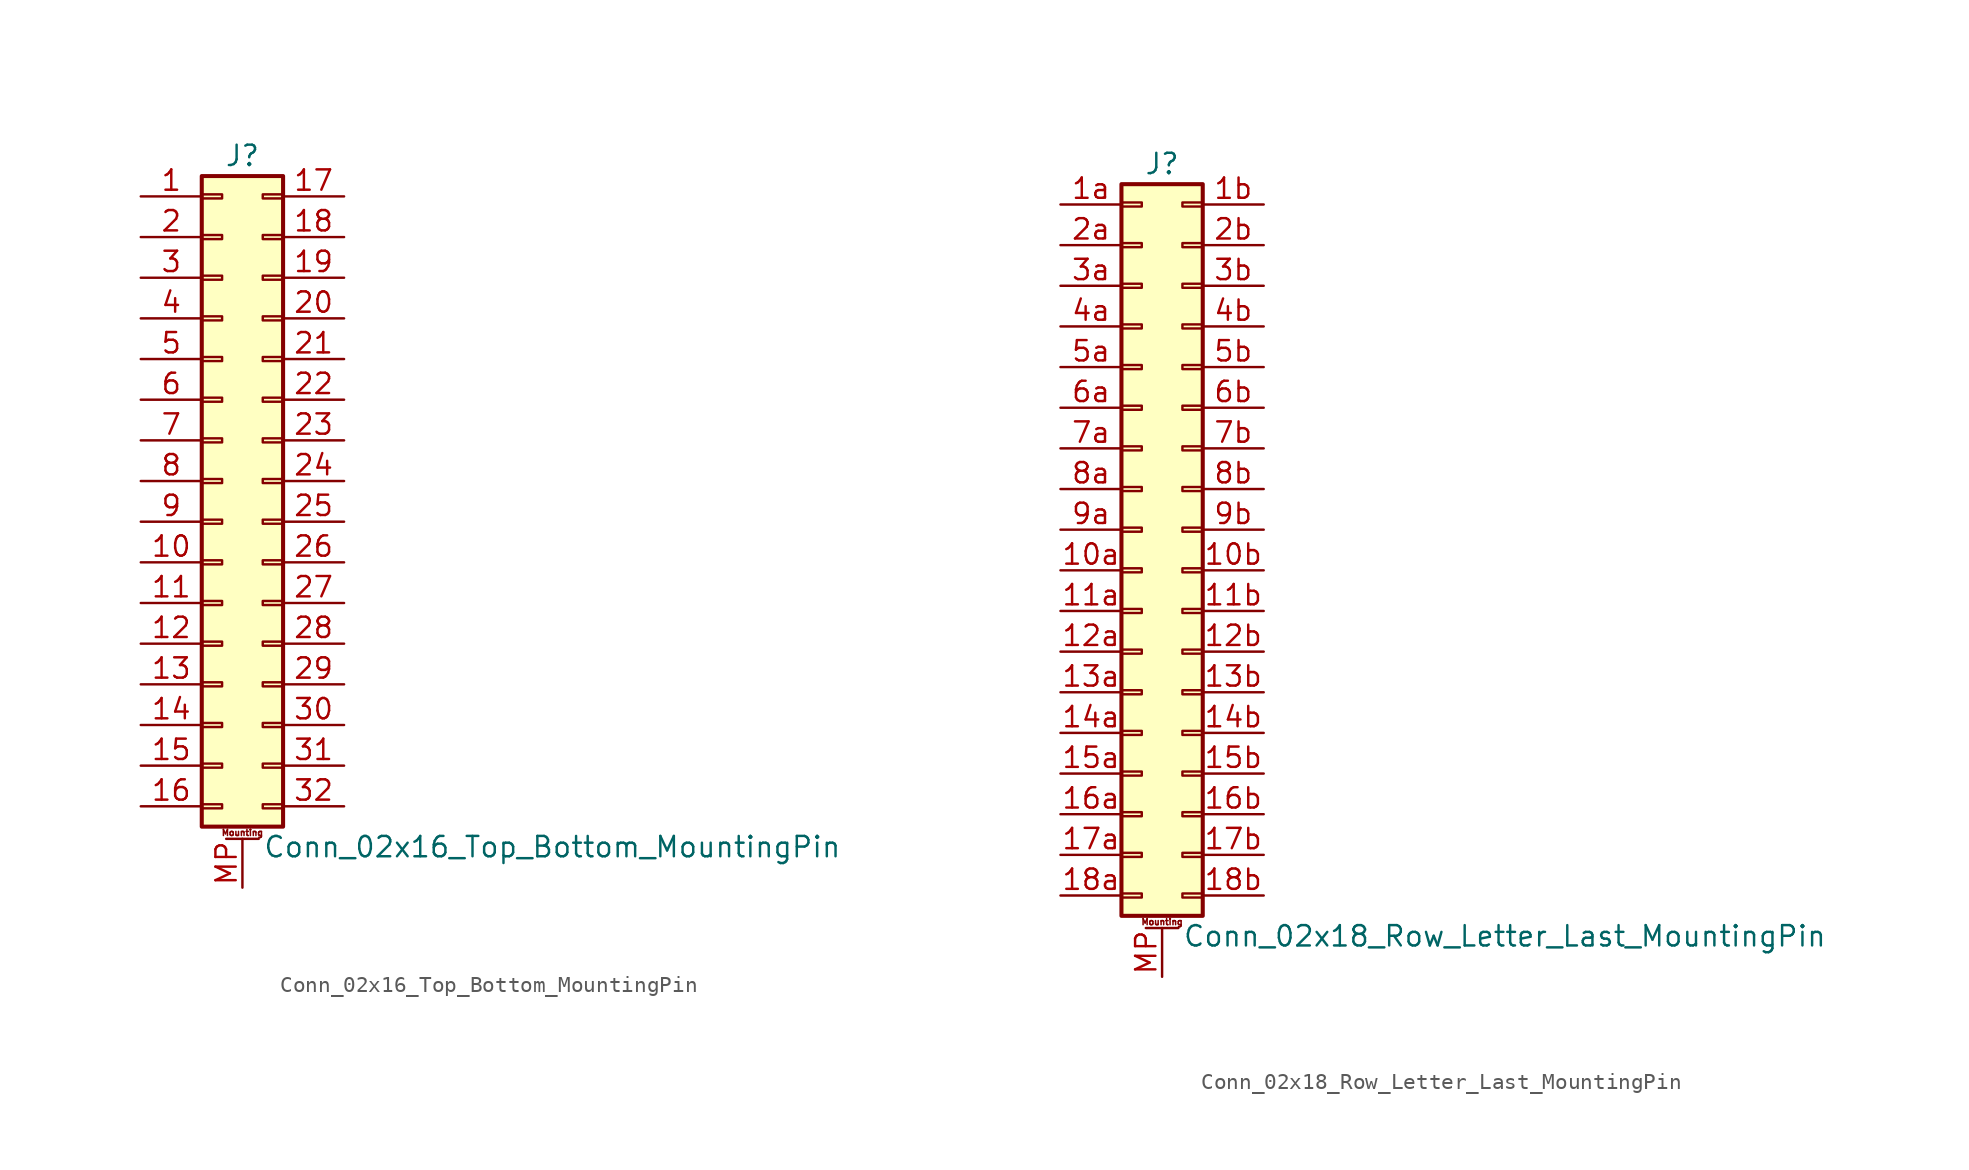
<source format=kicad_sym>
(kicad_symbol_lib
  (version 20201005)
  (generator kicad_symbol_editor)
  (symbol "Conn_02x16_Top_Bottom_MountingPin"
    (pin_names
      (offset 1.016) hide)
    (property "Reference" "J"
      (at 1.27 20.32 0)
      (effects (font (size 1.27 1.27))))
    (property "Value" "Conn_02x16_Top_Bottom_MountingPin"
      (at 2.54 -22.86 0)
      (effects (font (size 1.27 1.27)) (justify left)))
    (symbol "Conn_02x16_Top_Bottom_MountingPin_1_1"
      (text "Mounting" (at 1.27 -21.971 0) (effects (font (size 0.381 0.381))))
      (rectangle (start -1.27 -20.193) (end 0 -20.447) (stroke (width 0.152)) (fill (type none)))
      (rectangle (start -1.27 -17.653) (end 0 -17.907) (stroke (width 0.152)) (fill (type none)))
      (rectangle (start -1.27 -15.113) (end 0 -15.367) (stroke (width 0.152)) (fill (type none)))
      (rectangle (start -1.27 -12.573) (end 0 -12.827) (stroke (width 0.152)) (fill (type none)))
      (rectangle (start -1.27 -10.033) (end 0 -10.287) (stroke (width 0.152)) (fill (type none)))
      (rectangle (start -1.27 -7.493) (end 0 -7.747) (stroke (width 0.152)) (fill (type none)))
      (rectangle (start -1.27 -4.953) (end 0 -5.207) (stroke (width 0.152)) (fill (type none)))
      (rectangle (start -1.27 -2.413) (end 0 -2.667) (stroke (width 0.152)) (fill (type none)))
      (rectangle (start -1.27 0.127) (end 0 -0.127) (stroke (width 0.152)) (fill (type none)))
      (rectangle (start -1.27 2.667) (end 0 2.413) (stroke (width 0.152)) (fill (type none)))
      (rectangle (start -1.27 5.207) (end 0 4.953) (stroke (width 0.152)) (fill (type none)))
      (rectangle (start -1.27 7.747) (end 0 7.493) (stroke (width 0.152)) (fill (type none)))
      (rectangle (start -1.27 10.287) (end 0 10.033) (stroke (width 0.152)) (fill (type none)))
      (rectangle (start -1.27 12.827) (end 0 12.573) (stroke (width 0.152)) (fill (type none)))
      (rectangle (start -1.27 15.367) (end 0 15.113) (stroke (width 0.152)) (fill (type none)))
      (rectangle (start -1.27 17.907) (end 0 17.653) (stroke (width 0.152)) (fill (type none)))
      (rectangle (start 3.81 -20.193) (end 2.54 -20.447) (stroke (width 0.152)) (fill (type none)))
      (rectangle (start 3.81 -17.653) (end 2.54 -17.907) (stroke (width 0.152)) (fill (type none)))
      (rectangle (start 3.81 -15.113) (end 2.54 -15.367) (stroke (width 0.152)) (fill (type none)))
      (rectangle (start 3.81 -12.573) (end 2.54 -12.827) (stroke (width 0.152)) (fill (type none)))
      (rectangle (start 3.81 -10.033) (end 2.54 -10.287) (stroke (width 0.152)) (fill (type none)))
      (rectangle (start 3.81 -7.493) (end 2.54 -7.747) (stroke (width 0.152)) (fill (type none)))
      (rectangle (start 3.81 -4.953) (end 2.54 -5.207) (stroke (width 0.152)) (fill (type none)))
      (rectangle (start 3.81 -2.413) (end 2.54 -2.667) (stroke (width 0.152)) (fill (type none)))
      (rectangle (start 3.81 0.127) (end 2.54 -0.127) (stroke (width 0.152)) (fill (type none)))
      (rectangle (start 3.81 2.667) (end 2.54 2.413) (stroke (width 0.152)) (fill (type none)))
      (rectangle (start 3.81 5.207) (end 2.54 4.953) (stroke (width 0.152)) (fill (type none)))
      (rectangle (start 3.81 7.747) (end 2.54 7.493) (stroke (width 0.152)) (fill (type none)))
      (rectangle (start 3.81 10.287) (end 2.54 10.033) (stroke (width 0.152)) (fill (type none)))
      (rectangle (start 3.81 12.827) (end 2.54 12.573) (stroke (width 0.152)) (fill (type none)))
      (rectangle (start 3.81 15.367) (end 2.54 15.113) (stroke (width 0.152)) (fill (type none)))
      (rectangle (start 3.81 17.907) (end 2.54 17.653) (stroke (width 0.152)) (fill (type none)))
      (rectangle (start -1.27 19.05) (end 3.81 -21.59) (stroke (width 0.254)) (fill (type background)))
      (polyline (pts (xy 0.254 -22.352) (xy 2.286 -22.352)) (stroke (width 0.152)) (fill (type none)))
      (pin passive line (at -5.08 17.78 0) (length 3.81) (name "Pin_1" (effects (font (size 1.27 1.27)))) (number "1" (effects (font (size 1.27 1.27)))))
      (pin passive line (at -5.08 -5.08 0) (length 3.81) (name "Pin_10" (effects (font (size 1.27 1.27)))) (number "10" (effects (font (size 1.27 1.27)))))
      (pin passive line (at -5.08 -7.62 0) (length 3.81) (name "Pin_11" (effects (font (size 1.27 1.27)))) (number "11" (effects (font (size 1.27 1.27)))))
      (pin passive line (at -5.08 -10.16 0) (length 3.81) (name "Pin_12" (effects (font (size 1.27 1.27)))) (number "12" (effects (font (size 1.27 1.27)))))
      (pin passive line (at -5.08 -12.7 0) (length 3.81) (name "Pin_13" (effects (font (size 1.27 1.27)))) (number "13" (effects (font (size 1.27 1.27)))))
      (pin passive line (at -5.08 -15.24 0) (length 3.81) (name "Pin_14" (effects (font (size 1.27 1.27)))) (number "14" (effects (font (size 1.27 1.27)))))
      (pin passive line (at -5.08 -17.78 0) (length 3.81) (name "Pin_15" (effects (font (size 1.27 1.27)))) (number "15" (effects (font (size 1.27 1.27)))))
      (pin passive line (at -5.08 -20.32 0) (length 3.81) (name "Pin_16" (effects (font (size 1.27 1.27)))) (number "16" (effects (font (size 1.27 1.27)))))
      (pin passive line (at 7.62 17.78 180) (length 3.81) (name "Pin_17" (effects (font (size 1.27 1.27)))) (number "17" (effects (font (size 1.27 1.27)))))
      (pin passive line (at 7.62 15.24 180) (length 3.81) (name "Pin_18" (effects (font (size 1.27 1.27)))) (number "18" (effects (font (size 1.27 1.27)))))
      (pin passive line (at 7.62 12.7 180) (length 3.81) (name "Pin_19" (effects (font (size 1.27 1.27)))) (number "19" (effects (font (size 1.27 1.27)))))
      (pin passive line (at -5.08 15.24 0) (length 3.81) (name "Pin_2" (effects (font (size 1.27 1.27)))) (number "2" (effects (font (size 1.27 1.27)))))
      (pin passive line (at 7.62 10.16 180) (length 3.81) (name "Pin_20" (effects (font (size 1.27 1.27)))) (number "20" (effects (font (size 1.27 1.27)))))
      (pin passive line (at 7.62 7.62 180) (length 3.81) (name "Pin_21" (effects (font (size 1.27 1.27)))) (number "21" (effects (font (size 1.27 1.27)))))
      (pin passive line (at 7.62 5.08 180) (length 3.81) (name "Pin_22" (effects (font (size 1.27 1.27)))) (number "22" (effects (font (size 1.27 1.27)))))
      (pin passive line (at 7.62 2.54 180) (length 3.81) (name "Pin_23" (effects (font (size 1.27 1.27)))) (number "23" (effects (font (size 1.27 1.27)))))
      (pin passive line (at 7.62 0 180) (length 3.81) (name "Pin_24" (effects (font (size 1.27 1.27)))) (number "24" (effects (font (size 1.27 1.27)))))
      (pin passive line (at 7.62 -2.54 180) (length 3.81) (name "Pin_25" (effects (font (size 1.27 1.27)))) (number "25" (effects (font (size 1.27 1.27)))))
      (pin passive line (at 7.62 -5.08 180) (length 3.81) (name "Pin_26" (effects (font (size 1.27 1.27)))) (number "26" (effects (font (size 1.27 1.27)))))
      (pin passive line (at 7.62 -7.62 180) (length 3.81) (name "Pin_27" (effects (font (size 1.27 1.27)))) (number "27" (effects (font (size 1.27 1.27)))))
      (pin passive line (at 7.62 -10.16 180) (length 3.81) (name "Pin_28" (effects (font (size 1.27 1.27)))) (number "28" (effects (font (size 1.27 1.27)))))
      (pin passive line (at 7.62 -12.7 180) (length 3.81) (name "Pin_29" (effects (font (size 1.27 1.27)))) (number "29" (effects (font (size 1.27 1.27)))))
      (pin passive line (at -5.08 12.7 0) (length 3.81) (name "Pin_3" (effects (font (size 1.27 1.27)))) (number "3" (effects (font (size 1.27 1.27)))))
      (pin passive line (at 7.62 -15.24 180) (length 3.81) (name "Pin_30" (effects (font (size 1.27 1.27)))) (number "30" (effects (font (size 1.27 1.27)))))
      (pin passive line (at 7.62 -17.78 180) (length 3.81) (name "Pin_31" (effects (font (size 1.27 1.27)))) (number "31" (effects (font (size 1.27 1.27)))))
      (pin passive line (at 7.62 -20.32 180) (length 3.81) (name "Pin_32" (effects (font (size 1.27 1.27)))) (number "32" (effects (font (size 1.27 1.27)))))
      (pin passive line (at -5.08 10.16 0) (length 3.81) (name "Pin_4" (effects (font (size 1.27 1.27)))) (number "4" (effects (font (size 1.27 1.27)))))
      (pin passive line (at -5.08 7.62 0) (length 3.81) (name "Pin_5" (effects (font (size 1.27 1.27)))) (number "5" (effects (font (size 1.27 1.27)))))
      (pin passive line (at -5.08 5.08 0) (length 3.81) (name "Pin_6" (effects (font (size 1.27 1.27)))) (number "6" (effects (font (size 1.27 1.27)))))
      (pin passive line (at -5.08 2.54 0) (length 3.81) (name "Pin_7" (effects (font (size 1.27 1.27)))) (number "7" (effects (font (size 1.27 1.27)))))
      (pin passive line (at -5.08 0 0) (length 3.81) (name "Pin_8" (effects (font (size 1.27 1.27)))) (number "8" (effects (font (size 1.27 1.27)))))
      (pin passive line (at -5.08 -2.54 0) (length 3.81) (name "Pin_9" (effects (font (size 1.27 1.27)))) (number "9" (effects (font (size 1.27 1.27)))))
      (pin passive line (at 1.27 -25.4 90) (length 3.048) (name "MountPin" (effects (font (size 1.27 1.27)))) (number "MP" (effects (font (size 1.27 1.27)))))))
  (symbol "Conn_02x18_Row_Letter_Last_MountingPin"
    (pin_names
      (offset 1.016) hide)
    (property "Reference" "J"
      (at 1.27 22.86 0)
      (effects (font (size 1.27 1.27))))
    (property "Value" "Conn_02x18_Row_Letter_Last_MountingPin"
      (at 2.54 -25.4 0)
      (effects (font (size 1.27 1.27)) (justify left)))
    (symbol "Conn_02x18_Row_Letter_Last_MountingPin_1_1"
      (text "Mounting" (at 1.27 -24.511 0) (effects (font (size 0.381 0.381))))
      (rectangle (start -1.27 -22.733) (end 0 -22.987) (stroke (width 0.152)) (fill (type none)))
      (rectangle (start -1.27 -20.193) (end 0 -20.447) (stroke (width 0.152)) (fill (type none)))
      (rectangle (start -1.27 -17.653) (end 0 -17.907) (stroke (width 0.152)) (fill (type none)))
      (rectangle (start -1.27 -15.113) (end 0 -15.367) (stroke (width 0.152)) (fill (type none)))
      (rectangle (start -1.27 -12.573) (end 0 -12.827) (stroke (width 0.152)) (fill (type none)))
      (rectangle (start -1.27 -10.033) (end 0 -10.287) (stroke (width 0.152)) (fill (type none)))
      (rectangle (start -1.27 -7.493) (end 0 -7.747) (stroke (width 0.152)) (fill (type none)))
      (rectangle (start -1.27 -4.953) (end 0 -5.207) (stroke (width 0.152)) (fill (type none)))
      (rectangle (start -1.27 -2.413) (end 0 -2.667) (stroke (width 0.152)) (fill (type none)))
      (rectangle (start -1.27 0.127) (end 0 -0.127) (stroke (width 0.152)) (fill (type none)))
      (rectangle (start -1.27 2.667) (end 0 2.413) (stroke (width 0.152)) (fill (type none)))
      (rectangle (start -1.27 5.207) (end 0 4.953) (stroke (width 0.152)) (fill (type none)))
      (rectangle (start -1.27 7.747) (end 0 7.493) (stroke (width 0.152)) (fill (type none)))
      (rectangle (start -1.27 10.287) (end 0 10.033) (stroke (width 0.152)) (fill (type none)))
      (rectangle (start -1.27 12.827) (end 0 12.573) (stroke (width 0.152)) (fill (type none)))
      (rectangle (start -1.27 15.367) (end 0 15.113) (stroke (width 0.152)) (fill (type none)))
      (rectangle (start -1.27 17.907) (end 0 17.653) (stroke (width 0.152)) (fill (type none)))
      (rectangle (start -1.27 20.447) (end 0 20.193) (stroke (width 0.152)) (fill (type none)))
      (rectangle (start 3.81 -22.733) (end 2.54 -22.987) (stroke (width 0.152)) (fill (type none)))
      (rectangle (start 3.81 -20.193) (end 2.54 -20.447) (stroke (width 0.152)) (fill (type none)))
      (rectangle (start 3.81 -17.653) (end 2.54 -17.907) (stroke (width 0.152)) (fill (type none)))
      (rectangle (start 3.81 -15.113) (end 2.54 -15.367) (stroke (width 0.152)) (fill (type none)))
      (rectangle (start 3.81 -12.573) (end 2.54 -12.827) (stroke (width 0.152)) (fill (type none)))
      (rectangle (start 3.81 -10.033) (end 2.54 -10.287) (stroke (width 0.152)) (fill (type none)))
      (rectangle (start 3.81 -7.493) (end 2.54 -7.747) (stroke (width 0.152)) (fill (type none)))
      (rectangle (start 3.81 -4.953) (end 2.54 -5.207) (stroke (width 0.152)) (fill (type none)))
      (rectangle (start 3.81 -2.413) (end 2.54 -2.667) (stroke (width 0.152)) (fill (type none)))
      (rectangle (start 3.81 0.127) (end 2.54 -0.127) (stroke (width 0.152)) (fill (type none)))
      (rectangle (start 3.81 2.667) (end 2.54 2.413) (stroke (width 0.152)) (fill (type none)))
      (rectangle (start 3.81 5.207) (end 2.54 4.953) (stroke (width 0.152)) (fill (type none)))
      (rectangle (start 3.81 7.747) (end 2.54 7.493) (stroke (width 0.152)) (fill (type none)))
      (rectangle (start 3.81 10.287) (end 2.54 10.033) (stroke (width 0.152)) (fill (type none)))
      (rectangle (start 3.81 12.827) (end 2.54 12.573) (stroke (width 0.152)) (fill (type none)))
      (rectangle (start 3.81 15.367) (end 2.54 15.113) (stroke (width 0.152)) (fill (type none)))
      (rectangle (start 3.81 17.907) (end 2.54 17.653) (stroke (width 0.152)) (fill (type none)))
      (rectangle (start 3.81 20.447) (end 2.54 20.193) (stroke (width 0.152)) (fill (type none)))
      (rectangle (start -1.27 21.59) (end 3.81 -24.13) (stroke (width 0.254)) (fill (type background)))
      (polyline (pts (xy 0.254 -24.892) (xy 2.286 -24.892)) (stroke (width 0.152)) (fill (type none)))
      (pin passive line (at -5.08 -2.54 0) (length 3.81) (name "Pin_10a" (effects (font (size 1.27 1.27)))) (number "10a" (effects (font (size 1.27 1.27)))))
      (pin passive line (at 7.62 -2.54 180) (length 3.81) (name "Pin_10b" (effects (font (size 1.27 1.27)))) (number "10b" (effects (font (size 1.27 1.27)))))
      (pin passive line (at -5.08 -5.08 0) (length 3.81) (name "Pin_11a" (effects (font (size 1.27 1.27)))) (number "11a" (effects (font (size 1.27 1.27)))))
      (pin passive line (at 7.62 -5.08 180) (length 3.81) (name "Pin_11b" (effects (font (size 1.27 1.27)))) (number "11b" (effects (font (size 1.27 1.27)))))
      (pin passive line (at -5.08 -7.62 0) (length 3.81) (name "Pin_12a" (effects (font (size 1.27 1.27)))) (number "12a" (effects (font (size 1.27 1.27)))))
      (pin passive line (at 7.62 -7.62 180) (length 3.81) (name "Pin_12b" (effects (font (size 1.27 1.27)))) (number "12b" (effects (font (size 1.27 1.27)))))
      (pin passive line (at -5.08 -10.16 0) (length 3.81) (name "Pin_13a" (effects (font (size 1.27 1.27)))) (number "13a" (effects (font (size 1.27 1.27)))))
      (pin passive line (at 7.62 -10.16 180) (length 3.81) (name "Pin_13b" (effects (font (size 1.27 1.27)))) (number "13b" (effects (font (size 1.27 1.27)))))
      (pin passive line (at -5.08 -12.7 0) (length 3.81) (name "Pin_14a" (effects (font (size 1.27 1.27)))) (number "14a" (effects (font (size 1.27 1.27)))))
      (pin passive line (at 7.62 -12.7 180) (length 3.81) (name "Pin_14b" (effects (font (size 1.27 1.27)))) (number "14b" (effects (font (size 1.27 1.27)))))
      (pin passive line (at -5.08 -15.24 0) (length 3.81) (name "Pin_15a" (effects (font (size 1.27 1.27)))) (number "15a" (effects (font (size 1.27 1.27)))))
      (pin passive line (at 7.62 -15.24 180) (length 3.81) (name "Pin_15b" (effects (font (size 1.27 1.27)))) (number "15b" (effects (font (size 1.27 1.27)))))
      (pin passive line (at -5.08 -17.78 0) (length 3.81) (name "Pin_16a" (effects (font (size 1.27 1.27)))) (number "16a" (effects (font (size 1.27 1.27)))))
      (pin passive line (at 7.62 -17.78 180) (length 3.81) (name "Pin_16b" (effects (font (size 1.27 1.27)))) (number "16b" (effects (font (size 1.27 1.27)))))
      (pin passive line (at -5.08 -20.32 0) (length 3.81) (name "Pin_17a" (effects (font (size 1.27 1.27)))) (number "17a" (effects (font (size 1.27 1.27)))))
      (pin passive line (at 7.62 -20.32 180) (length 3.81) (name "Pin_17b" (effects (font (size 1.27 1.27)))) (number "17b" (effects (font (size 1.27 1.27)))))
      (pin passive line (at -5.08 -22.86 0) (length 3.81) (name "Pin_18a" (effects (font (size 1.27 1.27)))) (number "18a" (effects (font (size 1.27 1.27)))))
      (pin passive line (at 7.62 -22.86 180) (length 3.81) (name "Pin_18b" (effects (font (size 1.27 1.27)))) (number "18b" (effects (font (size 1.27 1.27)))))
      (pin passive line (at -5.08 20.32 0) (length 3.81) (name "Pin_1a" (effects (font (size 1.27 1.27)))) (number "1a" (effects (font (size 1.27 1.27)))))
      (pin passive line (at 7.62 20.32 180) (length 3.81) (name "Pin_1b" (effects (font (size 1.27 1.27)))) (number "1b" (effects (font (size 1.27 1.27)))))
      (pin passive line (at -5.08 17.78 0) (length 3.81) (name "Pin_2a" (effects (font (size 1.27 1.27)))) (number "2a" (effects (font (size 1.27 1.27)))))
      (pin passive line (at 7.62 17.78 180) (length 3.81) (name "Pin_2b" (effects (font (size 1.27 1.27)))) (number "2b" (effects (font (size 1.27 1.27)))))
      (pin passive line (at -5.08 15.24 0) (length 3.81) (name "Pin_3a" (effects (font (size 1.27 1.27)))) (number "3a" (effects (font (size 1.27 1.27)))))
      (pin passive line (at 7.62 15.24 180) (length 3.81) (name "Pin_3b" (effects (font (size 1.27 1.27)))) (number "3b" (effects (font (size 1.27 1.27)))))
      (pin passive line (at -5.08 12.7 0) (length 3.81) (name "Pin_4a" (effects (font (size 1.27 1.27)))) (number "4a" (effects (font (size 1.27 1.27)))))
      (pin passive line (at 7.62 12.7 180) (length 3.81) (name "Pin_4b" (effects (font (size 1.27 1.27)))) (number "4b" (effects (font (size 1.27 1.27)))))
      (pin passive line (at -5.08 10.16 0) (length 3.81) (name "Pin_5a" (effects (font (size 1.27 1.27)))) (number "5a" (effects (font (size 1.27 1.27)))))
      (pin passive line (at 7.62 10.16 180) (length 3.81) (name "Pin_5b" (effects (font (size 1.27 1.27)))) (number "5b" (effects (font (size 1.27 1.27)))))
      (pin passive line (at -5.08 7.62 0) (length 3.81) (name "Pin_6a" (effects (font (size 1.27 1.27)))) (number "6a" (effects (font (size 1.27 1.27)))))
      (pin passive line (at 7.62 7.62 180) (length 3.81) (name "Pin_6b" (effects (font (size 1.27 1.27)))) (number "6b" (effects (font (size 1.27 1.27)))))
      (pin passive line (at -5.08 5.08 0) (length 3.81) (name "Pin_7a" (effects (font (size 1.27 1.27)))) (number "7a" (effects (font (size 1.27 1.27)))))
      (pin passive line (at 7.62 5.08 180) (length 3.81) (name "Pin_7b" (effects (font (size 1.27 1.27)))) (number "7b" (effects (font (size 1.27 1.27)))))
      (pin passive line (at -5.08 2.54 0) (length 3.81) (name "Pin_8a" (effects (font (size 1.27 1.27)))) (number "8a" (effects (font (size 1.27 1.27)))))
      (pin passive line (at 7.62 2.54 180) (length 3.81) (name "Pin_8b" (effects (font (size 1.27 1.27)))) (number "8b" (effects (font (size 1.27 1.27)))))
      (pin passive line (at -5.08 0 0) (length 3.81) (name "Pin_9a" (effects (font (size 1.27 1.27)))) (number "9a" (effects (font (size 1.27 1.27)))))
      (pin passive line (at 7.62 0 180) (length 3.81) (name "Pin_9b" (effects (font (size 1.27 1.27)))) (number "9b" (effects (font (size 1.27 1.27)))))
      (pin passive line (at 1.27 -27.94 90) (length 3.048) (name "MountPin" (effects (font (size 1.27 1.27)))) (number "MP" (effects (font (size 1.27 1.27))))))))
</source>
